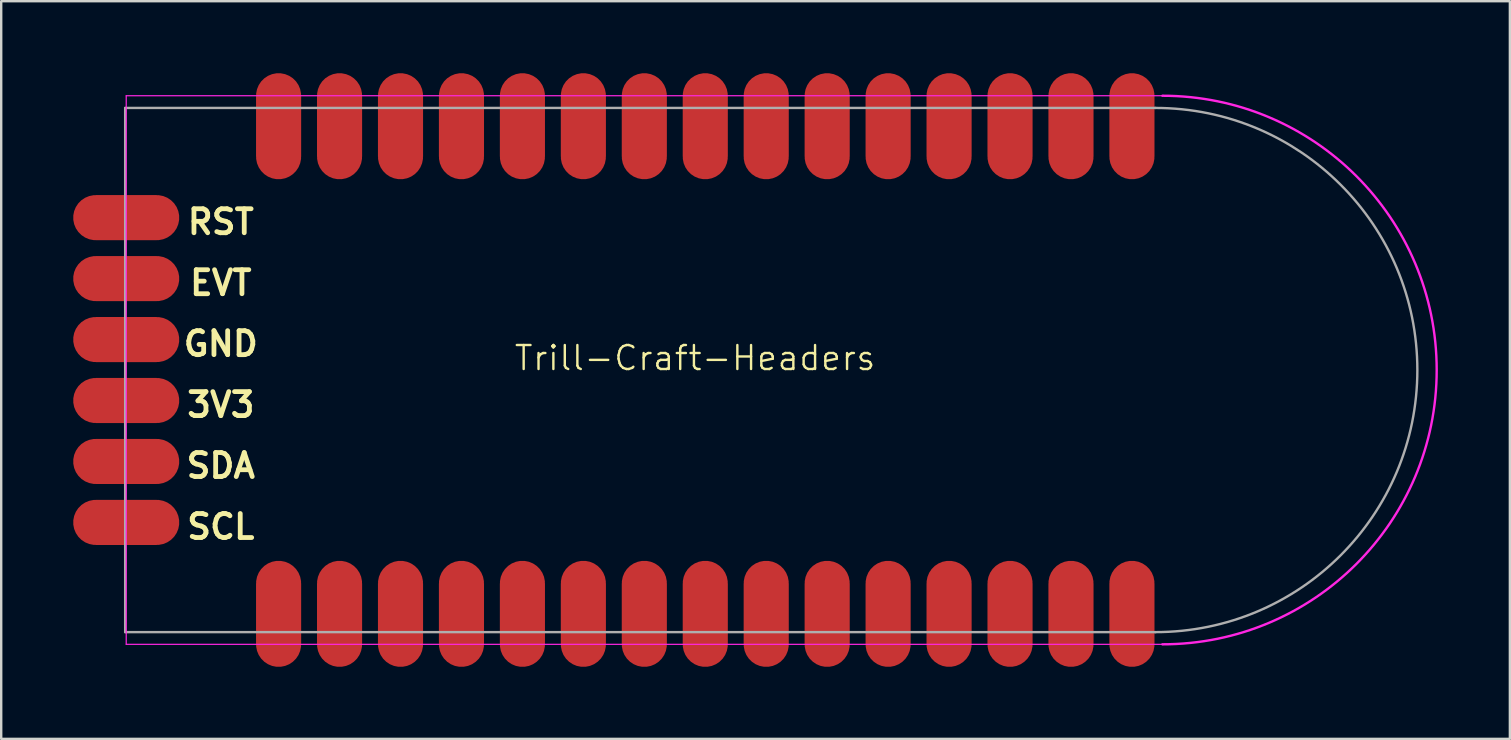
<source format=kicad_pcb>
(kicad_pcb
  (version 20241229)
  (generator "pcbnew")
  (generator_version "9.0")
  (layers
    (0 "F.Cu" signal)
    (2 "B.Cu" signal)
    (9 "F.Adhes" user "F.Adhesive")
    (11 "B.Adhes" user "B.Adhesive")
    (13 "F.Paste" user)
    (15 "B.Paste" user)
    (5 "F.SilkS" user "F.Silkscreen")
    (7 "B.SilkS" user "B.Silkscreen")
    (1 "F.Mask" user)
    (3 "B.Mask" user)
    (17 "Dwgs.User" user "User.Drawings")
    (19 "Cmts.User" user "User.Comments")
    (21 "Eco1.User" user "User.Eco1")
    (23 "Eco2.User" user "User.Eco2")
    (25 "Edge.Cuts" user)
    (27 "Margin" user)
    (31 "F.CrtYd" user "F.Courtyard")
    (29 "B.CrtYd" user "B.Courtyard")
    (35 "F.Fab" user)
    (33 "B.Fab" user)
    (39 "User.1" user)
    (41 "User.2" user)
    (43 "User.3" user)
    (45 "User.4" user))
  (footprint "Trill-Craft-Headers"
    (layer "F.Cu")
    (at 26.34 12.37)
    (property "Reference" "Trill-Craft-Headers" (at -0.425 -0.5 0) (unlocked yes) (layer "F.SilkS") (effects (font (size 1 1) (thickness 0.1))))
    (attr through_hole)
    (fp_line (start -24.13 -11.43) (end 19.05 -11.43) (stroke (width 0.05) (type default)) (layer "F.CrtYd"))
    (fp_line (start -24.13 11.43) (end -24.13 -11.43) (stroke (width 0.05) (type default)) (layer "F.CrtYd"))
    (fp_line (start 19.05 11.43) (end -24.13 11.43) (stroke (width 0.05) (type default)) (layer "F.CrtYd"))
    (fp_arc (start 19.05 -11.43) (mid 30.48 0) (end 19.05 11.43) (stroke (width 0.1) (type default)) (layer "F.CrtYd"))
    (fp_line (start -24.174 -10.922) (end 18.752 -10.922) (stroke (width 0.1) (type default)) (layer "F.Fab"))
    (fp_line (start -24.174 10.922) (end -24.174 -10.922) (stroke (width 0.1) (type default)) (layer "F.Fab"))
    (fp_line (start 18.752 10.922) (end -24.174 10.922) (stroke (width 0.1) (type default)) (layer "F.Fab"))
    (fp_arc (start 18.752 -10.922) (mid 29.674 0) (end 18.752 10.922) (stroke (width 0.1) (type default)) (layer "F.Fab"))
    (fp_text user "SCL" (at -21.701 7.112 0) (unlocked yes) (layer "F.SilkS") (effects (font (size 1 1) (thickness 0.2) (bold yes)) (justify left bottom)))
    (fp_text user "GND" (at -21.844 -0.508 0) (unlocked yes) (layer "F.SilkS") (effects (font (size 1 1) (thickness 0.2) (bold yes)) (justify left bottom)))
    (fp_text user "3V3" (at -21.701 2.032 0) (unlocked yes) (layer "F.SilkS") (effects (font (size 1 1) (thickness 0.2) (bold yes)) (justify left bottom)))
    (fp_text user "RST" (at -21.677 -5.588 0) (unlocked yes) (layer "F.SilkS") (effects (font (size 1 1) (thickness 0.2) (bold yes)) (justify left bottom)))
    (fp_text user "EVT" (at -21.582 -3.048 0) (unlocked yes) (layer "F.SilkS") (effects (font (size 1 1) (thickness 0.2) (bold yes)) (justify left bottom)))
    (fp_text user "SDA" (at -21.725 4.572 0) (unlocked yes) (layer "F.SilkS") (effects (font (size 1 1) (thickness 0.2) (bold yes)) (justify left bottom)))
    (pad "0" smd custom (at -17.78 8.89 90) (size 1.88 1.88) (layers "F.Cu" "F.Mask" "F.Paste") (options (anchor circle)) (primitives (gr_rect (start -2.54 -0.94) (end 0 0.94) (width 0) (fill yes)) (gr_circle (center -2.54 0) (end -1.6 0) (width 0) (fill yes))))
    (pad "1" smd custom (at -15.24 8.89 90) (size 1.88 1.88) (layers "F.Cu" "F.Mask" "F.Paste") (options (anchor circle)) (primitives (gr_rect (start -2.54 -0.94) (end 0 0.94) (width 0) (fill yes)) (gr_circle (center -2.54 0) (end -1.6 0) (width 0) (fill yes))))
    (pad "2" smd custom (at -12.7 8.89 90) (size 1.88 1.88) (layers "F.Cu" "F.Mask" "F.Paste") (options (anchor circle)) (primitives (gr_rect (start -2.54 -0.94) (end 0 0.94) (width 0) (fill yes)) (gr_circle (center -2.54 0) (end -1.6 0) (width 0) (fill yes))))
    (pad "3" smd custom (at -10.16 8.89 90) (size 1.88 1.88) (layers "F.Cu" "F.Mask" "F.Paste") (options (anchor circle)) (primitives (gr_rect (start -2.54 -0.94) (end 0 0.94) (width 0) (fill yes)) (gr_circle (center -2.54 0) (end -1.6 0) (width 0) (fill yes))))
    (pad "4" smd custom (at -7.62 8.89 90) (size 1.88 1.88) (layers "F.Cu" "F.Mask" "F.Paste") (options (anchor circle)) (primitives (gr_rect (start -2.54 -0.94) (end 0 0.94) (width 0) (fill yes)) (gr_circle (center -2.54 0) (end -1.6 0) (width 0) (fill yes))))
    (pad "5" smd custom (at -5.08 8.89 90) (size 1.88 1.88) (layers "F.Cu" "F.Mask" "F.Paste") (options (anchor circle)) (primitives (gr_rect (start -2.54 -0.94) (end 0 0.94) (width 0) (fill yes)) (gr_circle (center -2.54 0) (end -1.6 0) (width 0) (fill yes))))
    (pad "6" smd custom (at -2.54 8.89 90) (size 1.88 1.88) (layers "F.Cu" "F.Mask" "F.Paste") (options (anchor circle)) (primitives (gr_rect (start -2.54 -0.94) (end 0 0.94) (width 0) (fill yes)) (gr_circle (center -2.54 0) (end -1.6 0) (width 0) (fill yes))))
    (pad "7" smd custom (at 0 8.89 90) (size 1.88 1.88) (layers "F.Cu" "F.Mask" "F.Paste") (options (anchor circle)) (primitives (gr_rect (start -2.54 -0.94) (end 0 0.94) (width 0) (fill yes)) (gr_circle (center -2.54 0) (end -1.6 0) (width 0) (fill yes))))
    (pad "8" smd custom (at 2.54 8.89 90) (size 1.88 1.88) (layers "F.Cu" "F.Mask" "F.Paste") (options (anchor circle)) (primitives (gr_rect (start -2.54 -0.94) (end 0 0.94) (width 0) (fill yes)) (gr_circle (center -2.54 0) (end -1.6 0) (width 0) (fill yes))))
    (pad "9" smd custom (at 5.08 8.89 90) (size 1.88 1.88) (layers "F.Cu" "F.Mask" "F.Paste") (options (anchor circle)) (primitives (gr_rect (start -2.54 -0.94) (end 0 0.94) (width 0) (fill yes)) (gr_circle (center -2.54 0) (end -1.6 0) (width 0) (fill yes))))
    (pad "10" smd custom (at 7.62 8.89 90) (size 1.88 1.88) (layers "F.Cu" "F.Mask" "F.Paste") (options (anchor circle)) (primitives (gr_rect (start -2.54 -0.94) (end 0 0.94) (width 0) (fill yes)) (gr_circle (center -2.54 0) (end -1.6 0) (width 0) (fill yes))))
    (pad "11" smd custom (at 10.16 8.89 90) (size 1.88 1.88) (layers "F.Cu" "F.Mask" "F.Paste") (options (anchor circle)) (primitives (gr_rect (start -2.54 -0.94) (end 0 0.94) (width 0) (fill yes)) (gr_circle (center -2.54 0) (end -1.6 0) (width 0) (fill yes))))
    (pad "12" smd custom (at 12.7 8.89 90) (size 1.88 1.88) (layers "F.Cu" "F.Mask" "F.Paste") (options (anchor circle)) (primitives (gr_rect (start -2.54 -0.94) (end 0 0.94) (width 0) (fill yes)) (gr_circle (center -2.54 0) (end -1.6 0) (width 0) (fill yes))))
    (pad "13" smd custom (at 15.24 8.89 90) (size 1.88 1.88) (layers "F.Cu" "F.Mask" "F.Paste") (options (anchor circle)) (primitives (gr_rect (start -2.54 -0.94) (end 0 0.94) (width 0) (fill yes)) (gr_circle (center -2.54 0) (end -1.6 0) (width 0) (fill yes))))
    (pad "14" smd custom (at 17.78 8.89 90) (size 1.88 1.88) (layers "F.Cu" "F.Mask" "F.Paste") (options (anchor circle)) (primitives (gr_rect (start -2.54 -0.94) (end 0 0.94) (width 0) (fill yes)) (gr_circle (center -2.54 0) (end -1.6 0) (width 0) (fill yes))))
    (pad "15" smd custom (at 17.78 -8.89 270) (size 1.88 1.88) (layers "F.Cu" "F.Mask" "F.Paste") (options (anchor circle)) (primitives (gr_rect (start -2.54 -0.94) (end 0 0.94) (width 0) (fill yes)) (gr_circle (center -2.54 0) (end -1.6 0) (width 0) (fill yes))))
    (pad "16" smd custom (at 15.24 -8.89 270) (size 1.88 1.88) (layers "F.Cu" "F.Mask" "F.Paste") (options (anchor circle)) (primitives (gr_rect (start -2.54 -0.94) (end 0 0.94) (width 0) (fill yes)) (gr_circle (center -2.54 0) (end -1.6 0) (width 0) (fill yes))))
    (pad "17" smd custom (at 12.7 -8.89 270) (size 1.88 1.88) (layers "F.Cu" "F.Mask" "F.Paste") (options (anchor circle)) (primitives (gr_rect (start -2.54 -0.94) (end 0 0.94) (width 0) (fill yes)) (gr_circle (center -2.54 0) (end -1.6 0) (width 0) (fill yes))))
    (pad "18" smd custom (at 10.16 -8.89 270) (size 1.88 1.88) (layers "F.Cu" "F.Mask" "F.Paste") (options (anchor circle)) (primitives (gr_rect (start -2.54 -0.94) (end 0 0.94) (width 0) (fill yes)) (gr_circle (center -2.54 0) (end -1.6 0) (width 0) (fill yes))))
    (pad "19" smd custom (at 7.62 -8.89 270) (size 1.88 1.88) (layers "F.Cu" "F.Mask" "F.Paste") (options (anchor circle)) (primitives (gr_rect (start -2.54 -0.94) (end 0 0.94) (width 0) (fill yes)) (gr_circle (center -2.54 0) (end -1.6 0) (width 0) (fill yes))))
    (pad "20" smd custom (at 5.08 -8.89 270) (size 1.88 1.88) (layers "F.Cu" "F.Mask" "F.Paste") (options (anchor circle)) (primitives (gr_rect (start -2.54 -0.94) (end 0 0.94) (width 0) (fill yes)) (gr_circle (center -2.54 0) (end -1.6 0) (width 0) (fill yes))))
    (pad "21" smd custom (at 2.54 -8.89 270) (size 1.88 1.88) (layers "F.Cu" "F.Mask" "F.Paste") (options (anchor circle)) (primitives (gr_rect (start -2.54 -0.94) (end 0 0.94) (width 0) (fill yes)) (gr_circle (center -2.54 0) (end -1.6 0) (width 0) (fill yes))))
    (pad "22" smd custom (at 0 -8.89 270) (size 1.88 1.88) (layers "F.Cu" "F.Mask" "F.Paste") (options (anchor circle)) (primitives (gr_rect (start -2.54 -0.94) (end 0 0.94) (width 0) (fill yes)) (gr_circle (center -2.54 0) (end -1.6 0) (width 0) (fill yes))))
    (pad "23" smd custom (at -2.54 -8.89 270) (size 1.88 1.88) (layers "F.Cu" "F.Mask" "F.Paste") (options (anchor circle)) (primitives (gr_rect (start -2.54 -0.94) (end 0 0.94) (width 0) (fill yes)) (gr_circle (center -2.54 0) (end -1.6 0) (width 0) (fill yes))))
    (pad "24" smd custom (at -5.08 -8.89 270) (size 1.88 1.88) (layers "F.Cu" "F.Mask" "F.Paste") (options (anchor circle)) (primitives (gr_rect (start -2.54 -0.94) (end 0 0.94) (width 0) (fill yes)) (gr_circle (center -2.54 0) (end -1.6 0) (width 0) (fill yes))))
    (pad "25" smd custom (at -7.62 -8.89 270) (size 1.88 1.88) (layers "F.Cu" "F.Mask" "F.Paste") (options (anchor circle)) (primitives (gr_rect (start -2.54 -0.94) (end 0 0.94) (width 0) (fill yes)) (gr_circle (center -2.54 0) (end -1.6 0) (width 0) (fill yes))))
    (pad "26" smd custom (at -10.16 -8.89 270) (size 1.88 1.88) (layers "F.Cu" "F.Mask" "F.Paste") (options (anchor circle)) (primitives (gr_rect (start -2.54 -0.94) (end 0 0.94) (width 0) (fill yes)) (gr_circle (center -2.54 0) (end -1.6 0) (width 0) (fill yes))))
    (pad "27" smd custom (at -12.7 -8.89 270) (size 1.88 1.88) (layers "F.Cu" "F.Mask" "F.Paste") (options (anchor circle)) (primitives (gr_rect (start -2.54 -0.94) (end 0 0.94) (width 0) (fill yes)) (gr_circle (center -2.54 0) (end -1.6 0) (width 0) (fill yes))))
    (pad "28" smd custom (at -15.24 -8.89 270) (size 1.88 1.88) (layers "F.Cu" "F.Mask" "F.Paste") (options (anchor circle)) (primitives (gr_rect (start -2.54 -0.94) (end 0 0.94) (width 0) (fill yes)) (gr_circle (center -2.54 0) (end -1.6 0) (width 0) (fill yes))))
    (pad "29" smd custom (at -17.78 -8.89 270) (size 1.88 1.88) (layers "F.Cu" "F.Mask" "F.Paste") (options (anchor circle)) (primitives (gr_rect (start -2.54 -0.94) (end 0 0.94) (width 0) (fill yes)) (gr_circle (center -2.54 0) (end -1.6 0) (width 0) (fill yes))))
    (pad "30" smd custom (at -22.86 -6.35) (size 1.88 1.88) (layers "F.Cu" "F.Mask" "F.Paste") (options (anchor circle)) (primitives (gr_rect (start -2.54 -0.94) (end 0 0.94) (width 0) (fill yes)) (gr_circle (center -2.54 0) (end -1.6 0) (width 0) (fill yes))))
    (pad "31" smd custom (at -22.86 -3.81) (size 1.88 1.88) (layers "F.Cu" "F.Mask" "F.Paste") (options (anchor circle)) (primitives (gr_rect (start -2.54 -0.94) (end 0 0.94) (width 0) (fill yes)) (gr_circle (center -2.54 0) (end -1.6 0) (width 0) (fill yes))))
    (pad "32" smd custom (at -22.86 -1.27) (size 1.88 1.88) (layers "F.Cu" "F.Mask" "F.Paste") (options (anchor circle)) (primitives (gr_rect (start -2.54 -0.94) (end 0 0.94) (width 0) (fill yes)) (gr_circle (center -2.54 0) (end -1.6 0) (width 0) (fill yes))))
    (pad "33" smd custom (at -22.86 1.27) (size 1.88 1.88) (layers "F.Cu" "F.Mask" "F.Paste") (options (anchor circle)) (primitives (gr_rect (start -2.54 -0.94) (end 0 0.94) (width 0) (fill yes)) (gr_circle (center -2.54 0) (end -1.6 0) (width 0) (fill yes))))
    (pad "34" smd custom (at -22.86 3.81) (size 1.88 1.88) (layers "F.Cu" "F.Mask" "F.Paste") (options (anchor circle)) (primitives (gr_rect (start -2.54 -0.94) (end 0 0.94) (width 0) (fill yes)) (gr_circle (center -2.54 0) (end -1.6 0) (width 0) (fill yes))))
    (pad "35" smd custom (at -22.86 6.35) (size 1.88 1.88) (layers "F.Cu" "F.Mask" "F.Paste") (options (anchor circle)) (primitives (gr_rect (start -2.54 -0.94) (end 0 0.94) (width 0) (fill yes)) (gr_circle (center -2.54 0) (end -1.6 0) (width 0) (fill yes)))))
  (gr_rect
    (start -3 -3)
    (end 59.87 27.74)
    (stroke (width 0.1) (type default))
    (fill no)
    (layer "Edge.Cuts")))
</source>
